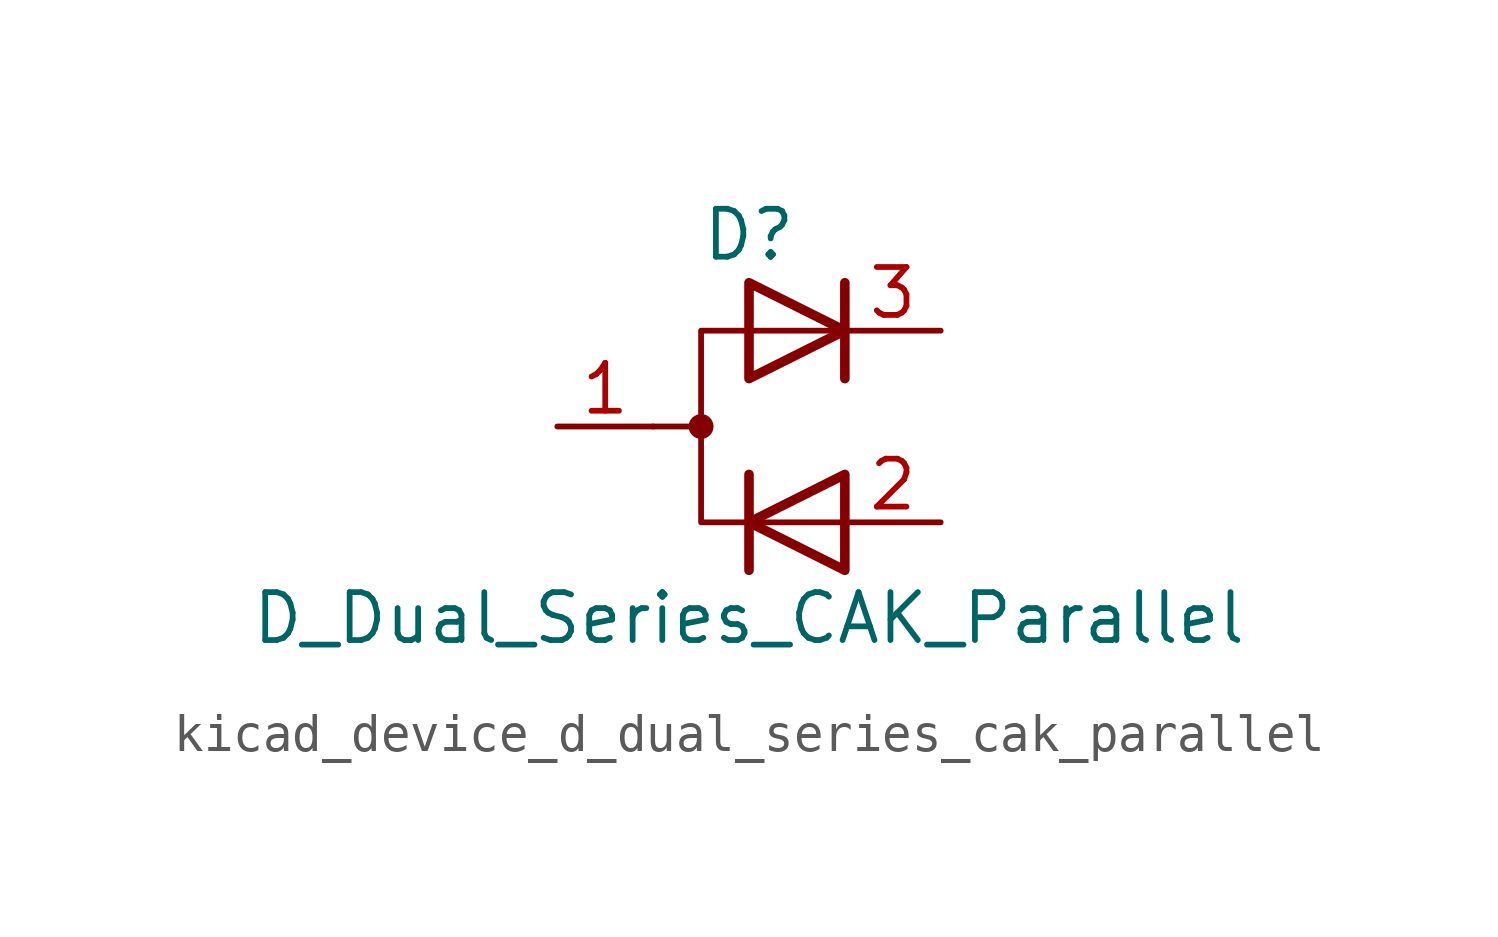
<source format=kicad_sym>
(kicad_symbol_lib
  (version 20220914)
  (generator kicad_symbol_editor)
  (symbol "kicad_device_d_dual_series_cak_parallel"
    (pin_names
      (offset 0.762) hide)
    (property "Reference" "D"
      (at 0 5.08 0)
      (effects (font (size 1.27 1.27))))
    (property "Value" "D_Dual_Series_CAK_Parallel"
      (at 0 -5.08 0)
      (effects (font (size 1.27 1.27))))
    (symbol "kicad_device_d_dual_series_cak_parallel_0_0"
      (polyline (pts (xy 0 -1.27) (xy 0 -3.81)) (stroke (width 0.254) (type default)) (fill (type none)))
      (polyline (pts (xy 2.54 3.81) (xy 2.54 1.27)) (stroke (width 0.254) (type default)) (fill (type none))))
    (symbol "kicad_device_d_dual_series_cak_parallel_0_1"
      (circle (center -1.27 0) (radius 0.254) (stroke (width 0) (type default)) (fill (type outline)))
      (polyline (pts (xy -1.27 0) (xy -2.54 0)) (stroke (width 0) (type default)) (fill (type none)))
      (polyline (pts (xy 2.54 2.54) (xy -1.27 2.54) (xy -1.27 -2.54) (xy 2.54 -2.54)) (stroke (width 0) (type default)) (fill (type none)))
      (polyline (pts (xy 0 3.81) (xy 2.54 2.54) (xy 0 1.27) (xy 0 3.81) (xy 0 3.81) (xy 0 3.81)) (stroke (width 0.254) (type default)) (fill (type none)))
      (polyline (pts (xy 2.54 -1.27) (xy 0 -2.54) (xy 2.54 -3.81) (xy 2.54 -1.27) (xy 2.54 -1.27) (xy 2.54 -1.27)) (stroke (width 0.254) (type default)) (fill (type none)))
      (pin passive line (at -5.08 0 0) (length 2.54) (name "A" (effects (font (size 1.27 1.27)))) (number "1" (effects (font (size 1.27 1.27)))))
      (pin passive line (at 5.08 -2.54 180) (length 2.54) (name "K" (effects (font (size 1.27 1.27)))) (number "2" (effects (font (size 1.27 1.27)))))
      (pin passive line (at 5.08 2.54 180) (length 2.54) (name "K" (effects (font (size 1.27 1.27)))) (number "3" (effects (font (size 1.27 1.27))))))))
</source>
